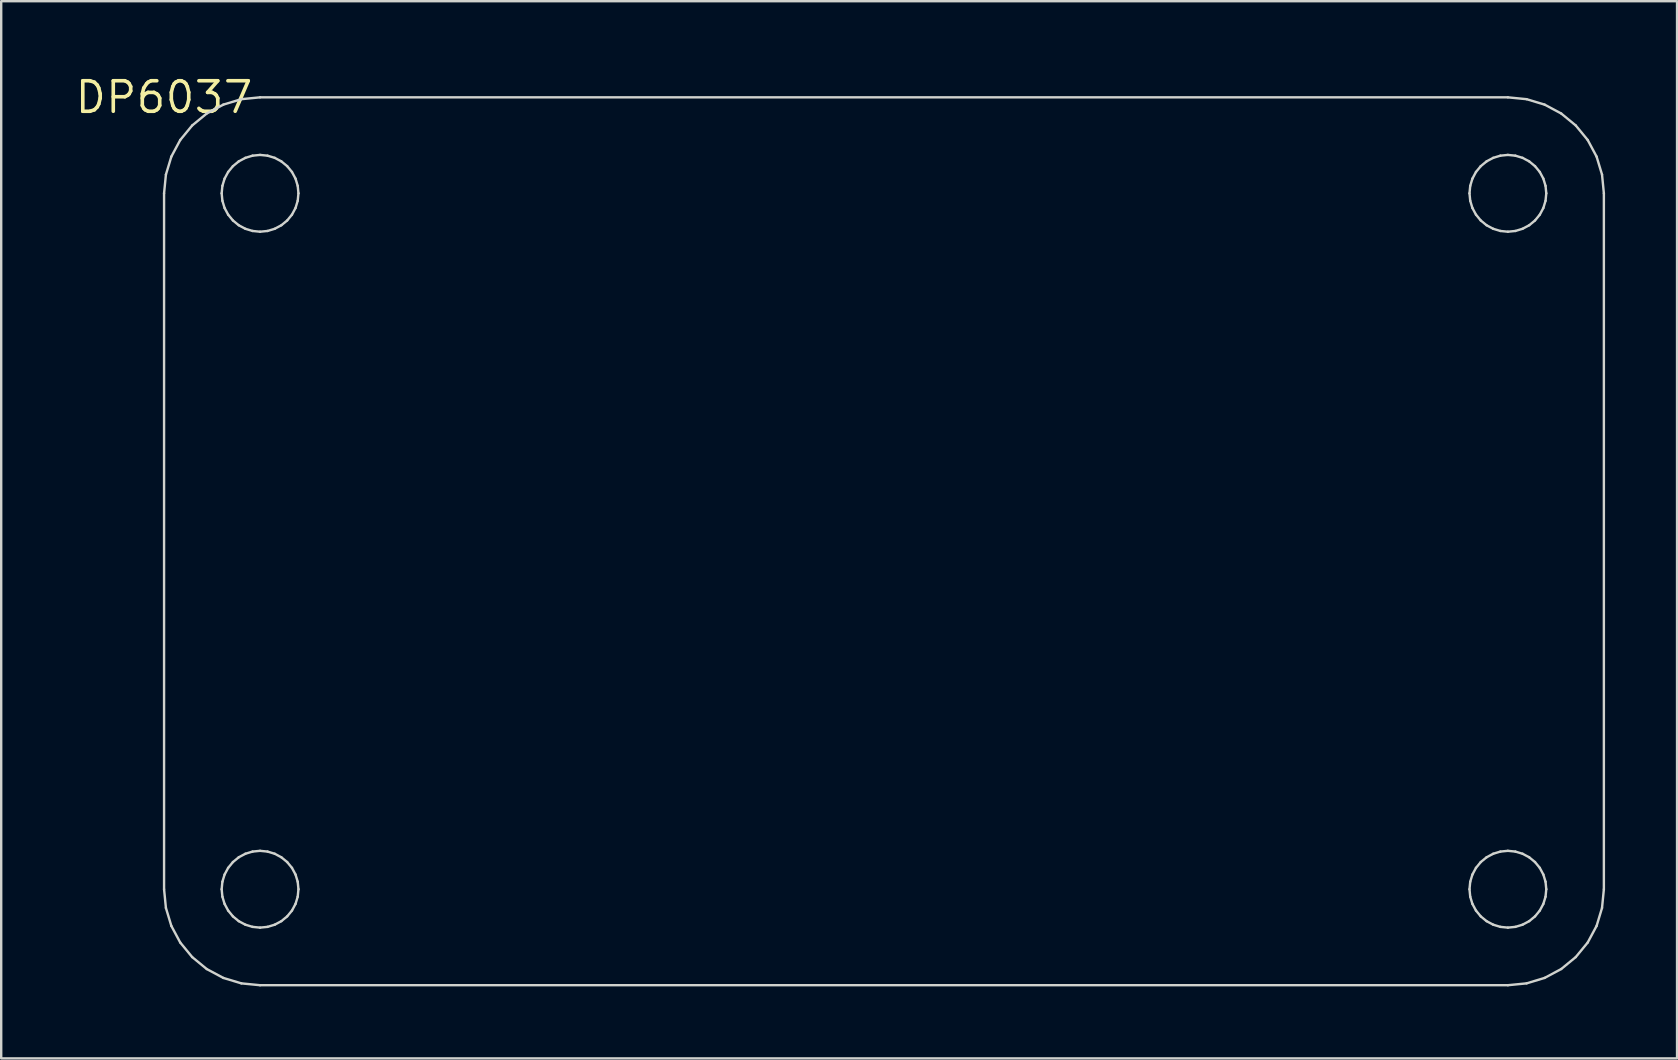
<source format=kicad_pcb>
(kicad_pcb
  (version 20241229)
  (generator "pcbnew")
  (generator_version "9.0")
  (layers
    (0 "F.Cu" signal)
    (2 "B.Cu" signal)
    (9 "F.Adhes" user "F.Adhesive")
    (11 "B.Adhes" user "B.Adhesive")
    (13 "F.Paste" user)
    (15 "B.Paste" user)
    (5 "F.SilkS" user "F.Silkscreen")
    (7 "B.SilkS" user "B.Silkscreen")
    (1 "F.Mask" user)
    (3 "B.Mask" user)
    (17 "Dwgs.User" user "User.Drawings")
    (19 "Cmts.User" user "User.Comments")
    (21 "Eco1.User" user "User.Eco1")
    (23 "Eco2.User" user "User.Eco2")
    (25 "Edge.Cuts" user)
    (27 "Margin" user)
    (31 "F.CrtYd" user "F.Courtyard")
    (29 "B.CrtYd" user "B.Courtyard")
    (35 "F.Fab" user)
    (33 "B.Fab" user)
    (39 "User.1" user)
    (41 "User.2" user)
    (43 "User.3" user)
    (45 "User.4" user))
  (footprint "DP6037"
    (layer "F.Cu")
    (at 3.787 1.006)
    (property "Reference" "DP6037" (at 0 0 0) (layer "F.SilkS") (effects (font (size 1.27 1.27) (thickness 0.15))))
    (attr through_hole)
    (fp_line (start 0 4) (end 0.077 3.22) (stroke (width 0.1) (type solid)) (layer "Edge.Cuts"))
    (fp_line (start 0 33) (end 0 4) (stroke (width 0.1) (type solid)) (layer "Edge.Cuts"))
    (fp_line (start 0.077 3.22) (end 0.304 2.469) (stroke (width 0.1) (type solid)) (layer "Edge.Cuts"))
    (fp_line (start 0.077 33.78) (end 0 33) (stroke (width 0.1) (type solid)) (layer "Edge.Cuts"))
    (fp_line (start 0.304 2.469) (end 0.674 1.778) (stroke (width 0.1) (type solid)) (layer "Edge.Cuts"))
    (fp_line (start 0.304 34.531) (end 0.077 33.78) (stroke (width 0.1) (type solid)) (layer "Edge.Cuts"))
    (fp_line (start 0.674 1.778) (end 1.172 1.172) (stroke (width 0.1) (type solid)) (layer "Edge.Cuts"))
    (fp_line (start 0.674 35.222) (end 0.304 34.531) (stroke (width 0.1) (type solid)) (layer "Edge.Cuts"))
    (fp_line (start 1.172 1.172) (end 1.778 0.674) (stroke (width 0.1) (type solid)) (layer "Edge.Cuts"))
    (fp_line (start 1.172 35.828) (end 0.674 35.222) (stroke (width 0.1) (type solid)) (layer "Edge.Cuts"))
    (fp_line (start 1.778 0.674) (end 2.469 0.304) (stroke (width 0.1) (type solid)) (layer "Edge.Cuts"))
    (fp_line (start 1.778 36.326) (end 1.172 35.828) (stroke (width 0.1) (type solid)) (layer "Edge.Cuts"))
    (fp_line (start 2.4 4) (end 2.431 4.312) (stroke (width 0.1) (type solid)) (layer "Edge.Cuts"))
    (fp_line (start 2.4 33) (end 2.431 33.312) (stroke (width 0.1) (type solid)) (layer "Edge.Cuts"))
    (fp_line (start 2.431 3.688) (end 2.4 4) (stroke (width 0.1) (type solid)) (layer "Edge.Cuts"))
    (fp_line (start 2.431 4.312) (end 2.522 4.612) (stroke (width 0.1) (type solid)) (layer "Edge.Cuts"))
    (fp_line (start 2.431 32.688) (end 2.4 33) (stroke (width 0.1) (type solid)) (layer "Edge.Cuts"))
    (fp_line (start 2.431 33.312) (end 2.522 33.612) (stroke (width 0.1) (type solid)) (layer "Edge.Cuts"))
    (fp_line (start 2.469 0.304) (end 3.22 0.077) (stroke (width 0.1) (type solid)) (layer "Edge.Cuts"))
    (fp_line (start 2.469 36.696) (end 1.778 36.326) (stroke (width 0.1) (type solid)) (layer "Edge.Cuts"))
    (fp_line (start 2.522 3.388) (end 2.431 3.688) (stroke (width 0.1) (type solid)) (layer "Edge.Cuts"))
    (fp_line (start 2.522 4.612) (end 2.67 4.889) (stroke (width 0.1) (type solid)) (layer "Edge.Cuts"))
    (fp_line (start 2.522 32.388) (end 2.431 32.688) (stroke (width 0.1) (type solid)) (layer "Edge.Cuts"))
    (fp_line (start 2.522 33.612) (end 2.67 33.889) (stroke (width 0.1) (type solid)) (layer "Edge.Cuts"))
    (fp_line (start 2.67 3.111) (end 2.522 3.388) (stroke (width 0.1) (type solid)) (layer "Edge.Cuts"))
    (fp_line (start 2.67 4.889) (end 2.869 5.131) (stroke (width 0.1) (type solid)) (layer "Edge.Cuts"))
    (fp_line (start 2.67 32.111) (end 2.522 32.388) (stroke (width 0.1) (type solid)) (layer "Edge.Cuts"))
    (fp_line (start 2.67 33.889) (end 2.869 34.131) (stroke (width 0.1) (type solid)) (layer "Edge.Cuts"))
    (fp_line (start 2.869 2.869) (end 2.67 3.111) (stroke (width 0.1) (type solid)) (layer "Edge.Cuts"))
    (fp_line (start 2.869 5.131) (end 3.111 5.33) (stroke (width 0.1) (type solid)) (layer "Edge.Cuts"))
    (fp_line (start 2.869 31.869) (end 2.67 32.111) (stroke (width 0.1) (type solid)) (layer "Edge.Cuts"))
    (fp_line (start 2.869 34.131) (end 3.111 34.33) (stroke (width 0.1) (type solid)) (layer "Edge.Cuts"))
    (fp_line (start 3.111 2.67) (end 2.869 2.869) (stroke (width 0.1) (type solid)) (layer "Edge.Cuts"))
    (fp_line (start 3.111 5.33) (end 3.388 5.478) (stroke (width 0.1) (type solid)) (layer "Edge.Cuts"))
    (fp_line (start 3.111 31.67) (end 2.869 31.869) (stroke (width 0.1) (type solid)) (layer "Edge.Cuts"))
    (fp_line (start 3.111 34.33) (end 3.388 34.478) (stroke (width 0.1) (type solid)) (layer "Edge.Cuts"))
    (fp_line (start 3.22 0.077) (end 4 0) (stroke (width 0.1) (type solid)) (layer "Edge.Cuts"))
    (fp_line (start 3.22 36.923) (end 2.469 36.696) (stroke (width 0.1) (type solid)) (layer "Edge.Cuts"))
    (fp_line (start 3.388 2.522) (end 3.111 2.67) (stroke (width 0.1) (type solid)) (layer "Edge.Cuts"))
    (fp_line (start 3.388 5.478) (end 3.688 5.569) (stroke (width 0.1) (type solid)) (layer "Edge.Cuts"))
    (fp_line (start 3.388 31.522) (end 3.111 31.67) (stroke (width 0.1) (type solid)) (layer "Edge.Cuts"))
    (fp_line (start 3.388 34.478) (end 3.688 34.569) (stroke (width 0.1) (type solid)) (layer "Edge.Cuts"))
    (fp_line (start 3.688 2.431) (end 3.388 2.522) (stroke (width 0.1) (type solid)) (layer "Edge.Cuts"))
    (fp_line (start 3.688 5.569) (end 4 5.6) (stroke (width 0.1) (type solid)) (layer "Edge.Cuts"))
    (fp_line (start 3.688 31.431) (end 3.388 31.522) (stroke (width 0.1) (type solid)) (layer "Edge.Cuts"))
    (fp_line (start 3.688 34.569) (end 4 34.6) (stroke (width 0.1) (type solid)) (layer "Edge.Cuts"))
    (fp_line (start 4 0) (end 56 0) (stroke (width 0.1) (type solid)) (layer "Edge.Cuts"))
    (fp_line (start 4 2.4) (end 3.688 2.431) (stroke (width 0.1) (type solid)) (layer "Edge.Cuts"))
    (fp_line (start 4 31.4) (end 3.688 31.431) (stroke (width 0.1) (type solid)) (layer "Edge.Cuts"))
    (fp_line (start 4 5.6) (end 4.312 5.569) (stroke (width 0.1) (type solid)) (layer "Edge.Cuts"))
    (fp_line (start 4 34.6) (end 4.312 34.569) (stroke (width 0.1) (type solid)) (layer "Edge.Cuts"))
    (fp_line (start 4 37) (end 3.22 36.923) (stroke (width 0.1) (type solid)) (layer "Edge.Cuts"))
    (fp_line (start 4.312 2.431) (end 4 2.4) (stroke (width 0.1) (type solid)) (layer "Edge.Cuts"))
    (fp_line (start 4.312 5.569) (end 4.612 5.478) (stroke (width 0.1) (type solid)) (layer "Edge.Cuts"))
    (fp_line (start 4.312 31.431) (end 4 31.4) (stroke (width 0.1) (type solid)) (layer "Edge.Cuts"))
    (fp_line (start 4.312 34.569) (end 4.612 34.478) (stroke (width 0.1) (type solid)) (layer "Edge.Cuts"))
    (fp_line (start 4.612 2.522) (end 4.312 2.431) (stroke (width 0.1) (type solid)) (layer "Edge.Cuts"))
    (fp_line (start 4.612 5.478) (end 4.889 5.33) (stroke (width 0.1) (type solid)) (layer "Edge.Cuts"))
    (fp_line (start 4.612 31.522) (end 4.312 31.431) (stroke (width 0.1) (type solid)) (layer "Edge.Cuts"))
    (fp_line (start 4.612 34.478) (end 4.889 34.33) (stroke (width 0.1) (type solid)) (layer "Edge.Cuts"))
    (fp_line (start 4.889 2.67) (end 4.612 2.522) (stroke (width 0.1) (type solid)) (layer "Edge.Cuts"))
    (fp_line (start 4.889 5.33) (end 5.131 5.131) (stroke (width 0.1) (type solid)) (layer "Edge.Cuts"))
    (fp_line (start 4.889 31.67) (end 4.612 31.522) (stroke (width 0.1) (type solid)) (layer "Edge.Cuts"))
    (fp_line (start 4.889 34.33) (end 5.131 34.131) (stroke (width 0.1) (type solid)) (layer "Edge.Cuts"))
    (fp_line (start 5.131 2.869) (end 4.889 2.67) (stroke (width 0.1) (type solid)) (layer "Edge.Cuts"))
    (fp_line (start 5.131 5.131) (end 5.33 4.889) (stroke (width 0.1) (type solid)) (layer "Edge.Cuts"))
    (fp_line (start 5.131 31.869) (end 4.889 31.67) (stroke (width 0.1) (type solid)) (layer "Edge.Cuts"))
    (fp_line (start 5.131 34.131) (end 5.33 33.889) (stroke (width 0.1) (type solid)) (layer "Edge.Cuts"))
    (fp_line (start 5.33 3.111) (end 5.131 2.869) (stroke (width 0.1) (type solid)) (layer "Edge.Cuts"))
    (fp_line (start 5.33 4.889) (end 5.478 4.612) (stroke (width 0.1) (type solid)) (layer "Edge.Cuts"))
    (fp_line (start 5.33 32.111) (end 5.131 31.869) (stroke (width 0.1) (type solid)) (layer "Edge.Cuts"))
    (fp_line (start 5.33 33.889) (end 5.478 33.612) (stroke (width 0.1) (type solid)) (layer "Edge.Cuts"))
    (fp_line (start 5.478 3.388) (end 5.33 3.111) (stroke (width 0.1) (type solid)) (layer "Edge.Cuts"))
    (fp_line (start 5.478 4.612) (end 5.569 4.312) (stroke (width 0.1) (type solid)) (layer "Edge.Cuts"))
    (fp_line (start 5.478 32.388) (end 5.33 32.111) (stroke (width 0.1) (type solid)) (layer "Edge.Cuts"))
    (fp_line (start 5.478 33.612) (end 5.569 33.312) (stroke (width 0.1) (type solid)) (layer "Edge.Cuts"))
    (fp_line (start 5.569 3.688) (end 5.478 3.388) (stroke (width 0.1) (type solid)) (layer "Edge.Cuts"))
    (fp_line (start 5.569 4.312) (end 5.6 4) (stroke (width 0.1) (type solid)) (layer "Edge.Cuts"))
    (fp_line (start 5.569 32.688) (end 5.478 32.388) (stroke (width 0.1) (type solid)) (layer "Edge.Cuts"))
    (fp_line (start 5.569 33.312) (end 5.6 33) (stroke (width 0.1) (type solid)) (layer "Edge.Cuts"))
    (fp_line (start 5.6 4) (end 5.569 3.688) (stroke (width 0.1) (type solid)) (layer "Edge.Cuts"))
    (fp_line (start 5.6 33) (end 5.569 32.688) (stroke (width 0.1) (type solid)) (layer "Edge.Cuts"))
    (fp_line (start 54.4 4) (end 54.431 4.312) (stroke (width 0.1) (type solid)) (layer "Edge.Cuts"))
    (fp_line (start 54.4 33) (end 54.431 33.312) (stroke (width 0.1) (type solid)) (layer "Edge.Cuts"))
    (fp_line (start 54.431 3.688) (end 54.4 4) (stroke (width 0.1) (type solid)) (layer "Edge.Cuts"))
    (fp_line (start 54.431 4.312) (end 54.522 4.612) (stroke (width 0.1) (type solid)) (layer "Edge.Cuts"))
    (fp_line (start 54.431 32.688) (end 54.4 33) (stroke (width 0.1) (type solid)) (layer "Edge.Cuts"))
    (fp_line (start 54.431 33.312) (end 54.522 33.612) (stroke (width 0.1) (type solid)) (layer "Edge.Cuts"))
    (fp_line (start 54.522 3.388) (end 54.431 3.688) (stroke (width 0.1) (type solid)) (layer "Edge.Cuts"))
    (fp_line (start 54.522 4.612) (end 54.67 4.889) (stroke (width 0.1) (type solid)) (layer "Edge.Cuts"))
    (fp_line (start 54.522 32.388) (end 54.431 32.688) (stroke (width 0.1) (type solid)) (layer "Edge.Cuts"))
    (fp_line (start 54.522 33.612) (end 54.67 33.889) (stroke (width 0.1) (type solid)) (layer "Edge.Cuts"))
    (fp_line (start 54.67 3.111) (end 54.522 3.388) (stroke (width 0.1) (type solid)) (layer "Edge.Cuts"))
    (fp_line (start 54.67 4.889) (end 54.869 5.131) (stroke (width 0.1) (type solid)) (layer "Edge.Cuts"))
    (fp_line (start 54.67 32.111) (end 54.522 32.388) (stroke (width 0.1) (type solid)) (layer "Edge.Cuts"))
    (fp_line (start 54.67 33.889) (end 54.869 34.131) (stroke (width 0.1) (type solid)) (layer "Edge.Cuts"))
    (fp_line (start 54.869 2.869) (end 54.67 3.111) (stroke (width 0.1) (type solid)) (layer "Edge.Cuts"))
    (fp_line (start 54.869 5.131) (end 55.111 5.33) (stroke (width 0.1) (type solid)) (layer "Edge.Cuts"))
    (fp_line (start 54.869 31.869) (end 54.67 32.111) (stroke (width 0.1) (type solid)) (layer "Edge.Cuts"))
    (fp_line (start 54.869 34.131) (end 55.111 34.33) (stroke (width 0.1) (type solid)) (layer "Edge.Cuts"))
    (fp_line (start 55.111 2.67) (end 54.869 2.869) (stroke (width 0.1) (type solid)) (layer "Edge.Cuts"))
    (fp_line (start 55.111 5.33) (end 55.388 5.478) (stroke (width 0.1) (type solid)) (layer "Edge.Cuts"))
    (fp_line (start 55.111 31.67) (end 54.869 31.869) (stroke (width 0.1) (type solid)) (layer "Edge.Cuts"))
    (fp_line (start 55.111 34.33) (end 55.388 34.478) (stroke (width 0.1) (type solid)) (layer "Edge.Cuts"))
    (fp_line (start 55.388 2.522) (end 55.111 2.67) (stroke (width 0.1) (type solid)) (layer "Edge.Cuts"))
    (fp_line (start 55.388 5.478) (end 55.688 5.569) (stroke (width 0.1) (type solid)) (layer "Edge.Cuts"))
    (fp_line (start 55.388 31.522) (end 55.111 31.67) (stroke (width 0.1) (type solid)) (layer "Edge.Cuts"))
    (fp_line (start 55.388 34.478) (end 55.688 34.569) (stroke (width 0.1) (type solid)) (layer "Edge.Cuts"))
    (fp_line (start 55.688 2.431) (end 55.388 2.522) (stroke (width 0.1) (type solid)) (layer "Edge.Cuts"))
    (fp_line (start 55.688 5.569) (end 56 5.6) (stroke (width 0.1) (type solid)) (layer "Edge.Cuts"))
    (fp_line (start 55.688 31.431) (end 55.388 31.522) (stroke (width 0.1) (type solid)) (layer "Edge.Cuts"))
    (fp_line (start 55.688 34.569) (end 56 34.6) (stroke (width 0.1) (type solid)) (layer "Edge.Cuts"))
    (fp_line (start 56 0) (end 56.78 0.077) (stroke (width 0.1) (type solid)) (layer "Edge.Cuts"))
    (fp_line (start 56 2.4) (end 55.688 2.431) (stroke (width 0.1) (type solid)) (layer "Edge.Cuts"))
    (fp_line (start 56 5.6) (end 56.312 5.569) (stroke (width 0.1) (type solid)) (layer "Edge.Cuts"))
    (fp_line (start 56 31.4) (end 55.688 31.431) (stroke (width 0.1) (type solid)) (layer "Edge.Cuts"))
    (fp_line (start 56 34.6) (end 56.312 34.569) (stroke (width 0.1) (type solid)) (layer "Edge.Cuts"))
    (fp_line (start 56 37) (end 4 37) (stroke (width 0.1) (type solid)) (layer "Edge.Cuts"))
    (fp_line (start 56.312 2.431) (end 56 2.4) (stroke (width 0.1) (type solid)) (layer "Edge.Cuts"))
    (fp_line (start 56.312 5.569) (end 56.612 5.478) (stroke (width 0.1) (type solid)) (layer "Edge.Cuts"))
    (fp_line (start 56.312 31.431) (end 56 31.4) (stroke (width 0.1) (type solid)) (layer "Edge.Cuts"))
    (fp_line (start 56.312 34.569) (end 56.612 34.478) (stroke (width 0.1) (type solid)) (layer "Edge.Cuts"))
    (fp_line (start 56.612 2.522) (end 56.312 2.431) (stroke (width 0.1) (type solid)) (layer "Edge.Cuts"))
    (fp_line (start 56.612 5.478) (end 56.889 5.33) (stroke (width 0.1) (type solid)) (layer "Edge.Cuts"))
    (fp_line (start 56.612 31.522) (end 56.312 31.431) (stroke (width 0.1) (type solid)) (layer "Edge.Cuts"))
    (fp_line (start 56.612 34.478) (end 56.889 34.33) (stroke (width 0.1) (type solid)) (layer "Edge.Cuts"))
    (fp_line (start 56.78 0.077) (end 57.531 0.304) (stroke (width 0.1) (type solid)) (layer "Edge.Cuts"))
    (fp_line (start 56.78 36.923) (end 56 37) (stroke (width 0.1) (type solid)) (layer "Edge.Cuts"))
    (fp_line (start 56.889 2.67) (end 56.612 2.522) (stroke (width 0.1) (type solid)) (layer "Edge.Cuts"))
    (fp_line (start 56.889 5.33) (end 57.131 5.131) (stroke (width 0.1) (type solid)) (layer "Edge.Cuts"))
    (fp_line (start 56.889 31.67) (end 56.612 31.522) (stroke (width 0.1) (type solid)) (layer "Edge.Cuts"))
    (fp_line (start 56.889 34.33) (end 57.131 34.131) (stroke (width 0.1) (type solid)) (layer "Edge.Cuts"))
    (fp_line (start 57.131 2.869) (end 56.889 2.67) (stroke (width 0.1) (type solid)) (layer "Edge.Cuts"))
    (fp_line (start 57.131 5.131) (end 57.33 4.889) (stroke (width 0.1) (type solid)) (layer "Edge.Cuts"))
    (fp_line (start 57.131 31.869) (end 56.889 31.67) (stroke (width 0.1) (type solid)) (layer "Edge.Cuts"))
    (fp_line (start 57.131 34.131) (end 57.33 33.889) (stroke (width 0.1) (type solid)) (layer "Edge.Cuts"))
    (fp_line (start 57.33 3.111) (end 57.131 2.869) (stroke (width 0.1) (type solid)) (layer "Edge.Cuts"))
    (fp_line (start 57.33 4.889) (end 57.478 4.612) (stroke (width 0.1) (type solid)) (layer "Edge.Cuts"))
    (fp_line (start 57.33 32.111) (end 57.131 31.869) (stroke (width 0.1) (type solid)) (layer "Edge.Cuts"))
    (fp_line (start 57.33 33.889) (end 57.478 33.612) (stroke (width 0.1) (type solid)) (layer "Edge.Cuts"))
    (fp_line (start 57.478 3.388) (end 57.33 3.111) (stroke (width 0.1) (type solid)) (layer "Edge.Cuts"))
    (fp_line (start 57.478 4.612) (end 57.569 4.312) (stroke (width 0.1) (type solid)) (layer "Edge.Cuts"))
    (fp_line (start 57.478 32.388) (end 57.33 32.111) (stroke (width 0.1) (type solid)) (layer "Edge.Cuts"))
    (fp_line (start 57.478 33.612) (end 57.569 33.312) (stroke (width 0.1) (type solid)) (layer "Edge.Cuts"))
    (fp_line (start 57.531 0.304) (end 58.222 0.674) (stroke (width 0.1) (type solid)) (layer "Edge.Cuts"))
    (fp_line (start 57.531 36.696) (end 56.78 36.923) (stroke (width 0.1) (type solid)) (layer "Edge.Cuts"))
    (fp_line (start 57.569 3.688) (end 57.478 3.388) (stroke (width 0.1) (type solid)) (layer "Edge.Cuts"))
    (fp_line (start 57.569 4.312) (end 57.6 4) (stroke (width 0.1) (type solid)) (layer "Edge.Cuts"))
    (fp_line (start 57.569 32.688) (end 57.478 32.388) (stroke (width 0.1) (type solid)) (layer "Edge.Cuts"))
    (fp_line (start 57.569 33.312) (end 57.6 33) (stroke (width 0.1) (type solid)) (layer "Edge.Cuts"))
    (fp_line (start 57.6 4) (end 57.569 3.688) (stroke (width 0.1) (type solid)) (layer "Edge.Cuts"))
    (fp_line (start 57.6 33) (end 57.569 32.688) (stroke (width 0.1) (type solid)) (layer "Edge.Cuts"))
    (fp_line (start 58.222 0.674) (end 58.828 1.172) (stroke (width 0.1) (type solid)) (layer "Edge.Cuts"))
    (fp_line (start 58.222 36.326) (end 57.531 36.696) (stroke (width 0.1) (type solid)) (layer "Edge.Cuts"))
    (fp_line (start 58.828 1.172) (end 59.326 1.778) (stroke (width 0.1) (type solid)) (layer "Edge.Cuts"))
    (fp_line (start 58.828 35.828) (end 58.222 36.326) (stroke (width 0.1) (type solid)) (layer "Edge.Cuts"))
    (fp_line (start 59.326 1.778) (end 59.696 2.469) (stroke (width 0.1) (type solid)) (layer "Edge.Cuts"))
    (fp_line (start 59.326 35.222) (end 58.828 35.828) (stroke (width 0.1) (type solid)) (layer "Edge.Cuts"))
    (fp_line (start 59.696 2.469) (end 59.923 3.22) (stroke (width 0.1) (type solid)) (layer "Edge.Cuts"))
    (fp_line (start 59.696 34.531) (end 59.326 35.222) (stroke (width 0.1) (type solid)) (layer "Edge.Cuts"))
    (fp_line (start 59.923 3.22) (end 60 4) (stroke (width 0.1) (type solid)) (layer "Edge.Cuts"))
    (fp_line (start 59.923 33.78) (end 59.696 34.531) (stroke (width 0.1) (type solid)) (layer "Edge.Cuts"))
    (fp_line (start 60 4) (end 60 33) (stroke (width 0.1) (type solid)) (layer "Edge.Cuts"))
    (fp_line (start 60 33) (end 59.923 33.78) (stroke (width 0.1) (type solid)) (layer "Edge.Cuts")))
  (gr_rect
    (start -3 -3)
    (end 66.837 41.056)
    (stroke (width 0.1) (type default))
    (fill no)
    (layer "Edge.Cuts")))
</source>
